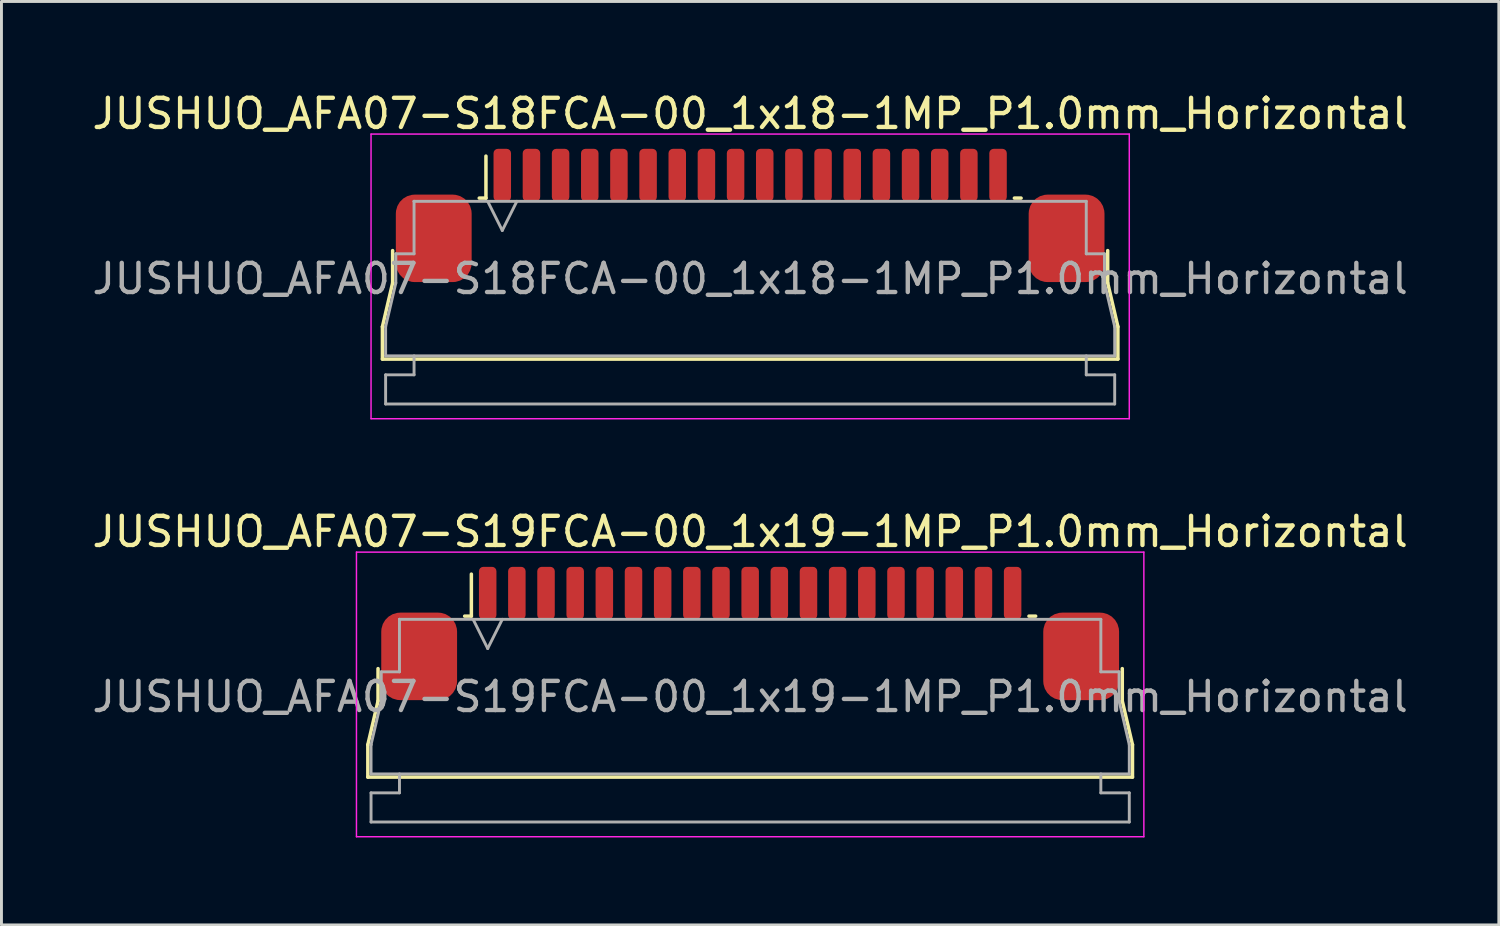
<source format=kicad_pcb>
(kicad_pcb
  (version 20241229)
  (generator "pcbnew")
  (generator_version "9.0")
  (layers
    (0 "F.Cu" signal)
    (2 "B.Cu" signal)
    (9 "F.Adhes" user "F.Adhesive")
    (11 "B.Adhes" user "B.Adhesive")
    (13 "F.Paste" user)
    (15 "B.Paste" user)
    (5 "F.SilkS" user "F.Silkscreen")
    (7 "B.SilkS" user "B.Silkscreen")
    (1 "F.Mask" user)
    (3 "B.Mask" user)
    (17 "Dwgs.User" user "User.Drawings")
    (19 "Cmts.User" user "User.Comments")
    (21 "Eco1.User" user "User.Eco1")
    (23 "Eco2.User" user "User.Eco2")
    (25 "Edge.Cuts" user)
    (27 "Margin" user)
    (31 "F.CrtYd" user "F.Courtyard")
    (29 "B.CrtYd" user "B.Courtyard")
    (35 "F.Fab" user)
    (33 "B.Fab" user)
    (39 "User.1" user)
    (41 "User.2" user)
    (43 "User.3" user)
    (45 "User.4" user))
  (footprint "JUSHUO_AFA07-S18FCA-00_1x18-1MP_P1.0mm_Horizontal"
    (layer "F.Cu")
    (at 22.673 6.328)
    (property "Reference" "JUSHUO_AFA07-S18FCA-00_1x18-1MP_P1.0mm_Horizontal" (at 0 -5.48 0) (layer "F.SilkS") (effects (font (size 1 1) (thickness 0.15))))
    (attr smd)
    (fp_line (start -12.61 1.825) (end -12.26 0.325) (stroke (width 0.12) (type solid)) (layer "F.SilkS"))
    (fp_line (start -12.61 2.935) (end -12.61 1.825) (stroke (width 0.12) (type solid)) (layer "F.SilkS"))
    (fp_line (start -12.26 0.325) (end -12.26 -0.785) (stroke (width 0.12) (type solid)) (layer "F.SilkS"))
    (fp_line (start -9.29 -2.585) (end -9.06 -2.585) (stroke (width 0.12) (type solid)) (layer "F.SilkS"))
    (fp_line (start -9.06 -2.585) (end -9.06 -4.025) (stroke (width 0.12) (type solid)) (layer "F.SilkS"))
    (fp_line (start 9.06 -2.585) (end 9.29 -2.585) (stroke (width 0.12) (type solid)) (layer "F.SilkS"))
    (fp_line (start 12.26 -0.785) (end 12.26 0.325) (stroke (width 0.12) (type solid)) (layer "F.SilkS"))
    (fp_line (start 12.26 0.325) (end 12.61 1.825) (stroke (width 0.12) (type solid)) (layer "F.SilkS"))
    (fp_line (start 12.61 1.825) (end 12.61 2.935) (stroke (width 0.12) (type solid)) (layer "F.SilkS"))
    (fp_line (start 12.61 2.935) (end -12.61 2.935) (stroke (width 0.12) (type solid)) (layer "F.SilkS"))
    (fp_line (start -13 -4.78) (end -13 4.98) (stroke (width 0.05) (type solid)) (layer "F.CrtYd"))
    (fp_line (start -13 4.98) (end 13 4.98) (stroke (width 0.05) (type solid)) (layer "F.CrtYd"))
    (fp_line (start 13 -4.78) (end -13 -4.78) (stroke (width 0.05) (type solid)) (layer "F.CrtYd"))
    (fp_line (start 13 4.98) (end 13 -4.78) (stroke (width 0.05) (type solid)) (layer "F.CrtYd"))
    (fp_line (start -12.5 1.825) (end -12.5 1.825) (stroke (width 0.1) (type solid)) (layer "F.Fab"))
    (fp_line (start -12.5 1.825) (end -12.15 0.325) (stroke (width 0.1) (type solid)) (layer "F.Fab"))
    (fp_line (start -12.5 2.825) (end -12.5 1.825) (stroke (width 0.1) (type solid)) (layer "F.Fab"))
    (fp_line (start -12.5 3.475) (end -11.525 3.475) (stroke (width 0.1) (type solid)) (layer "F.Fab"))
    (fp_line (start -12.5 4.475) (end -12.5 3.475) (stroke (width 0.1) (type solid)) (layer "F.Fab"))
    (fp_line (start -12.15 -0.675) (end -11.525 -0.675) (stroke (width 0.1) (type solid)) (layer "F.Fab"))
    (fp_line (start -12.15 0.325) (end -12.15 -0.675) (stroke (width 0.1) (type solid)) (layer "F.Fab"))
    (fp_line (start -11.525 -2.475) (end -11.525 -2.475) (stroke (width 0.1) (type solid)) (layer "F.Fab"))
    (fp_line (start -11.525 -2.475) (end 11.525 -2.475) (stroke (width 0.1) (type solid)) (layer "F.Fab"))
    (fp_line (start -11.525 -0.675) (end -11.525 -2.475) (stroke (width 0.1) (type solid)) (layer "F.Fab"))
    (fp_line (start -11.525 3.475) (end -11.525 2.825) (stroke (width 0.1) (type solid)) (layer "F.Fab"))
    (fp_line (start -9 -2.475) (end -8.5 -1.475) (stroke (width 0.1) (type solid)) (layer "F.Fab"))
    (fp_line (start -8.5 -1.475) (end -8 -2.475) (stroke (width 0.1) (type solid)) (layer "F.Fab"))
    (fp_line (start 11.525 -2.475) (end 11.525 -0.675) (stroke (width 0.1) (type solid)) (layer "F.Fab"))
    (fp_line (start 11.525 -0.675) (end 12.15 -0.675) (stroke (width 0.1) (type solid)) (layer "F.Fab"))
    (fp_line (start 11.525 2.825) (end 11.525 3.475) (stroke (width 0.1) (type solid)) (layer "F.Fab"))
    (fp_line (start 11.525 3.475) (end 12.5 3.475) (stroke (width 0.1) (type solid)) (layer "F.Fab"))
    (fp_line (start 12.15 -0.675) (end 12.15 0.325) (stroke (width 0.1) (type solid)) (layer "F.Fab"))
    (fp_line (start 12.15 0.325) (end 12.5 1.825) (stroke (width 0.1) (type solid)) (layer "F.Fab"))
    (fp_line (start 12.5 1.825) (end 12.5 2.825) (stroke (width 0.1) (type solid)) (layer "F.Fab"))
    (fp_line (start 12.5 2.825) (end -12.5 2.825) (stroke (width 0.1) (type solid)) (layer "F.Fab"))
    (fp_line (start 12.5 3.475) (end 12.5 4.475) (stroke (width 0.1) (type solid)) (layer "F.Fab"))
    (fp_line (start 12.5 4.475) (end -12.5 4.475) (stroke (width 0.1) (type solid)) (layer "F.Fab"))
    (fp_text user "${REFERENCE}" (at 0 0.18 0) (layer "F.Fab") (effects (font (size 1 1) (thickness 0.15))))
    (pad "1" smd roundrect (at -8.5 -3.375) (size 0.6 1.8) (layers "F.Cu" "F.Mask" "F.Paste") (roundrect_rratio 0.25))
    (pad "2" smd roundrect (at -7.5 -3.375) (size 0.6 1.8) (layers "F.Cu" "F.Mask" "F.Paste") (roundrect_rratio 0.25))
    (pad "3" smd roundrect (at -6.5 -3.375) (size 0.6 1.8) (layers "F.Cu" "F.Mask" "F.Paste") (roundrect_rratio 0.25))
    (pad "4" smd roundrect (at -5.5 -3.375) (size 0.6 1.8) (layers "F.Cu" "F.Mask" "F.Paste") (roundrect_rratio 0.25))
    (pad "5" smd roundrect (at -4.5 -3.375) (size 0.6 1.8) (layers "F.Cu" "F.Mask" "F.Paste") (roundrect_rratio 0.25))
    (pad "6" smd roundrect (at -3.5 -3.375) (size 0.6 1.8) (layers "F.Cu" "F.Mask" "F.Paste") (roundrect_rratio 0.25))
    (pad "7" smd roundrect (at -2.5 -3.375) (size 0.6 1.8) (layers "F.Cu" "F.Mask" "F.Paste") (roundrect_rratio 0.25))
    (pad "8" smd roundrect (at -1.5 -3.375) (size 0.6 1.8) (layers "F.Cu" "F.Mask" "F.Paste") (roundrect_rratio 0.25))
    (pad "9" smd roundrect (at -0.5 -3.375) (size 0.6 1.8) (layers "F.Cu" "F.Mask" "F.Paste") (roundrect_rratio 0.25))
    (pad "10" smd roundrect (at 0.5 -3.375) (size 0.6 1.8) (layers "F.Cu" "F.Mask" "F.Paste") (roundrect_rratio 0.25))
    (pad "11" smd roundrect (at 1.5 -3.375) (size 0.6 1.8) (layers "F.Cu" "F.Mask" "F.Paste") (roundrect_rratio 0.25))
    (pad "12" smd roundrect (at 2.5 -3.375) (size 0.6 1.8) (layers "F.Cu" "F.Mask" "F.Paste") (roundrect_rratio 0.25))
    (pad "13" smd roundrect (at 3.5 -3.375) (size 0.6 1.8) (layers "F.Cu" "F.Mask" "F.Paste") (roundrect_rratio 0.25))
    (pad "14" smd roundrect (at 4.5 -3.375) (size 0.6 1.8) (layers "F.Cu" "F.Mask" "F.Paste") (roundrect_rratio 0.25))
    (pad "15" smd roundrect (at 5.5 -3.375) (size 0.6 1.8) (layers "F.Cu" "F.Mask" "F.Paste") (roundrect_rratio 0.25))
    (pad "16" smd roundrect (at 6.5 -3.375) (size 0.6 1.8) (layers "F.Cu" "F.Mask" "F.Paste") (roundrect_rratio 0.25))
    (pad "17" smd roundrect (at 7.5 -3.375) (size 0.6 1.8) (layers "F.Cu" "F.Mask" "F.Paste") (roundrect_rratio 0.25))
    (pad "18" smd roundrect (at 8.5 -3.375) (size 0.6 1.8) (layers "F.Cu" "F.Mask" "F.Paste") (roundrect_rratio 0.25))
    (pad "MP" smd roundrect (at -10.85 -1.205) (size 2.6 3) (layers "F.Cu" "F.Mask" "F.Paste") (roundrect_rratio 0.25))
    (pad "MP" smd roundrect (at 10.85 -1.205) (size 2.6 3) (layers "F.Cu" "F.Mask" "F.Paste") (roundrect_rratio 0.25)))
  (footprint "JUSHUO_AFA07-S19FCA-00_1x19-1MP_P1.0mm_Horizontal"
    (layer "F.Cu")
    (at 22.673 20.662)
    (property "Reference" "JUSHUO_AFA07-S19FCA-00_1x19-1MP_P1.0mm_Horizontal" (at 0 -5.48 0) (layer "F.SilkS") (effects (font (size 1 1) (thickness 0.15))))
    (attr smd)
    (fp_line (start -13.11 1.825) (end -12.76 0.325) (stroke (width 0.12) (type solid)) (layer "F.SilkS"))
    (fp_line (start -13.11 2.935) (end -13.11 1.825) (stroke (width 0.12) (type solid)) (layer "F.SilkS"))
    (fp_line (start -12.76 0.325) (end -12.76 -0.785) (stroke (width 0.12) (type solid)) (layer "F.SilkS"))
    (fp_line (start -9.79 -2.585) (end -9.56 -2.585) (stroke (width 0.12) (type solid)) (layer "F.SilkS"))
    (fp_line (start -9.56 -2.585) (end -9.56 -4.025) (stroke (width 0.12) (type solid)) (layer "F.SilkS"))
    (fp_line (start 9.56 -2.585) (end 9.79 -2.585) (stroke (width 0.12) (type solid)) (layer "F.SilkS"))
    (fp_line (start 12.76 -0.785) (end 12.76 0.325) (stroke (width 0.12) (type solid)) (layer "F.SilkS"))
    (fp_line (start 12.76 0.325) (end 13.11 1.825) (stroke (width 0.12) (type solid)) (layer "F.SilkS"))
    (fp_line (start 13.11 1.825) (end 13.11 2.935) (stroke (width 0.12) (type solid)) (layer "F.SilkS"))
    (fp_line (start 13.11 2.935) (end -13.11 2.935) (stroke (width 0.12) (type solid)) (layer "F.SilkS"))
    (fp_line (start -13.5 -4.78) (end -13.5 4.98) (stroke (width 0.05) (type solid)) (layer "F.CrtYd"))
    (fp_line (start -13.5 4.98) (end 13.5 4.98) (stroke (width 0.05) (type solid)) (layer "F.CrtYd"))
    (fp_line (start 13.5 -4.78) (end -13.5 -4.78) (stroke (width 0.05) (type solid)) (layer "F.CrtYd"))
    (fp_line (start 13.5 4.98) (end 13.5 -4.78) (stroke (width 0.05) (type solid)) (layer "F.CrtYd"))
    (fp_line (start -13 1.825) (end -13 1.825) (stroke (width 0.1) (type solid)) (layer "F.Fab"))
    (fp_line (start -13 1.825) (end -12.65 0.325) (stroke (width 0.1) (type solid)) (layer "F.Fab"))
    (fp_line (start -13 2.825) (end -13 1.825) (stroke (width 0.1) (type solid)) (layer "F.Fab"))
    (fp_line (start -13 3.475) (end -12.025 3.475) (stroke (width 0.1) (type solid)) (layer "F.Fab"))
    (fp_line (start -13 4.475) (end -13 3.475) (stroke (width 0.1) (type solid)) (layer "F.Fab"))
    (fp_line (start -12.65 -0.675) (end -12.025 -0.675) (stroke (width 0.1) (type solid)) (layer "F.Fab"))
    (fp_line (start -12.65 0.325) (end -12.65 -0.675) (stroke (width 0.1) (type solid)) (layer "F.Fab"))
    (fp_line (start -12.025 -2.475) (end -12.025 -2.475) (stroke (width 0.1) (type solid)) (layer "F.Fab"))
    (fp_line (start -12.025 -2.475) (end 12.025 -2.475) (stroke (width 0.1) (type solid)) (layer "F.Fab"))
    (fp_line (start -12.025 -0.675) (end -12.025 -2.475) (stroke (width 0.1) (type solid)) (layer "F.Fab"))
    (fp_line (start -12.025 3.475) (end -12.025 2.825) (stroke (width 0.1) (type solid)) (layer "F.Fab"))
    (fp_line (start -9.5 -2.475) (end -9 -1.475) (stroke (width 0.1) (type solid)) (layer "F.Fab"))
    (fp_line (start -9 -1.475) (end -8.5 -2.475) (stroke (width 0.1) (type solid)) (layer "F.Fab"))
    (fp_line (start 12.025 -2.475) (end 12.025 -0.675) (stroke (width 0.1) (type solid)) (layer "F.Fab"))
    (fp_line (start 12.025 -0.675) (end 12.65 -0.675) (stroke (width 0.1) (type solid)) (layer "F.Fab"))
    (fp_line (start 12.025 2.825) (end 12.025 3.475) (stroke (width 0.1) (type solid)) (layer "F.Fab"))
    (fp_line (start 12.025 3.475) (end 13 3.475) (stroke (width 0.1) (type solid)) (layer "F.Fab"))
    (fp_line (start 12.65 -0.675) (end 12.65 0.325) (stroke (width 0.1) (type solid)) (layer "F.Fab"))
    (fp_line (start 12.65 0.325) (end 13 1.825) (stroke (width 0.1) (type solid)) (layer "F.Fab"))
    (fp_line (start 13 1.825) (end 13 2.825) (stroke (width 0.1) (type solid)) (layer "F.Fab"))
    (fp_line (start 13 2.825) (end -13 2.825) (stroke (width 0.1) (type solid)) (layer "F.Fab"))
    (fp_line (start 13 3.475) (end 13 4.475) (stroke (width 0.1) (type solid)) (layer "F.Fab"))
    (fp_line (start 13 4.475) (end -13 4.475) (stroke (width 0.1) (type solid)) (layer "F.Fab"))
    (fp_text user "${REFERENCE}" (at 0 0.18 0) (layer "F.Fab") (effects (font (size 1 1) (thickness 0.15))))
    (pad "1" smd roundrect (at -9 -3.375) (size 0.6 1.8) (layers "F.Cu" "F.Mask" "F.Paste") (roundrect_rratio 0.25))
    (pad "2" smd roundrect (at -8 -3.375) (size 0.6 1.8) (layers "F.Cu" "F.Mask" "F.Paste") (roundrect_rratio 0.25))
    (pad "3" smd roundrect (at -7 -3.375) (size 0.6 1.8) (layers "F.Cu" "F.Mask" "F.Paste") (roundrect_rratio 0.25))
    (pad "4" smd roundrect (at -6 -3.375) (size 0.6 1.8) (layers "F.Cu" "F.Mask" "F.Paste") (roundrect_rratio 0.25))
    (pad "5" smd roundrect (at -5 -3.375) (size 0.6 1.8) (layers "F.Cu" "F.Mask" "F.Paste") (roundrect_rratio 0.25))
    (pad "6" smd roundrect (at -4 -3.375) (size 0.6 1.8) (layers "F.Cu" "F.Mask" "F.Paste") (roundrect_rratio 0.25))
    (pad "7" smd roundrect (at -3 -3.375) (size 0.6 1.8) (layers "F.Cu" "F.Mask" "F.Paste") (roundrect_rratio 0.25))
    (pad "8" smd roundrect (at -2 -3.375) (size 0.6 1.8) (layers "F.Cu" "F.Mask" "F.Paste") (roundrect_rratio 0.25))
    (pad "9" smd roundrect (at -1 -3.375) (size 0.6 1.8) (layers "F.Cu" "F.Mask" "F.Paste") (roundrect_rratio 0.25))
    (pad "10" smd roundrect (at 0 -3.375) (size 0.6 1.8) (layers "F.Cu" "F.Mask" "F.Paste") (roundrect_rratio 0.25))
    (pad "11" smd roundrect (at 1 -3.375) (size 0.6 1.8) (layers "F.Cu" "F.Mask" "F.Paste") (roundrect_rratio 0.25))
    (pad "12" smd roundrect (at 2 -3.375) (size 0.6 1.8) (layers "F.Cu" "F.Mask" "F.Paste") (roundrect_rratio 0.25))
    (pad "13" smd roundrect (at 3 -3.375) (size 0.6 1.8) (layers "F.Cu" "F.Mask" "F.Paste") (roundrect_rratio 0.25))
    (pad "14" smd roundrect (at 4 -3.375) (size 0.6 1.8) (layers "F.Cu" "F.Mask" "F.Paste") (roundrect_rratio 0.25))
    (pad "15" smd roundrect (at 5 -3.375) (size 0.6 1.8) (layers "F.Cu" "F.Mask" "F.Paste") (roundrect_rratio 0.25))
    (pad "16" smd roundrect (at 6 -3.375) (size 0.6 1.8) (layers "F.Cu" "F.Mask" "F.Paste") (roundrect_rratio 0.25))
    (pad "17" smd roundrect (at 7 -3.375) (size 0.6 1.8) (layers "F.Cu" "F.Mask" "F.Paste") (roundrect_rratio 0.25))
    (pad "18" smd roundrect (at 8 -3.375) (size 0.6 1.8) (layers "F.Cu" "F.Mask" "F.Paste") (roundrect_rratio 0.25))
    (pad "19" smd roundrect (at 9 -3.375) (size 0.6 1.8) (layers "F.Cu" "F.Mask" "F.Paste") (roundrect_rratio 0.25))
    (pad "MP" smd roundrect (at -11.35 -1.205) (size 2.6 3) (layers "F.Cu" "F.Mask" "F.Paste") (roundrect_rratio 0.25))
    (pad "MP" smd roundrect (at 11.35 -1.205) (size 2.6 3) (layers "F.Cu" "F.Mask" "F.Paste") (roundrect_rratio 0.25)))
  (gr_rect
    (start -3 -3)
    (end 48.345 28.666)
    (stroke (width 0.1) (type default))
    (fill no)
    (layer "Edge.Cuts")))
</source>
